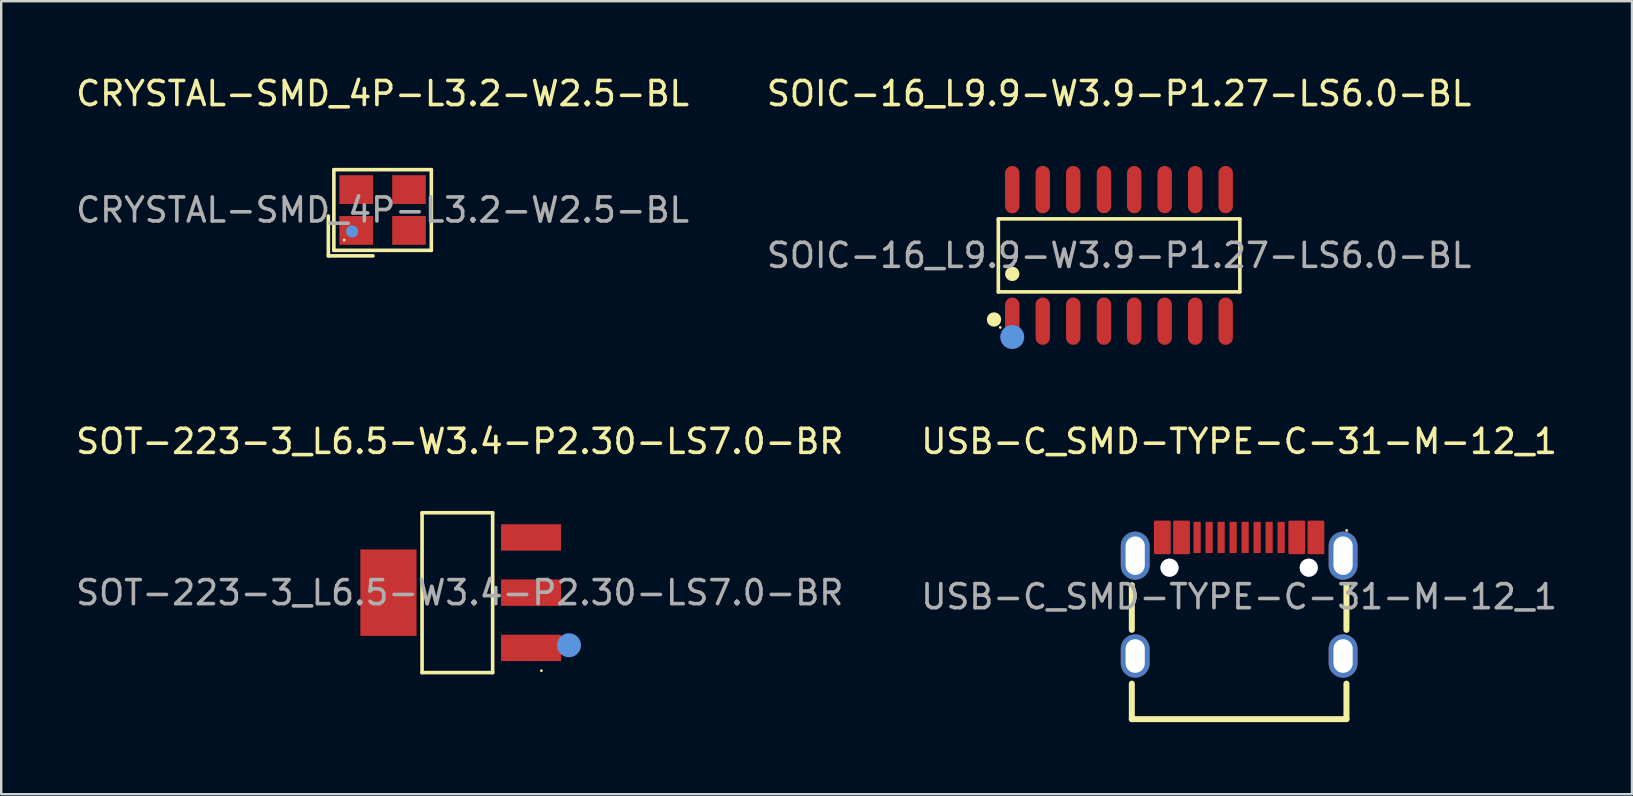
<source format=kicad_pcb>
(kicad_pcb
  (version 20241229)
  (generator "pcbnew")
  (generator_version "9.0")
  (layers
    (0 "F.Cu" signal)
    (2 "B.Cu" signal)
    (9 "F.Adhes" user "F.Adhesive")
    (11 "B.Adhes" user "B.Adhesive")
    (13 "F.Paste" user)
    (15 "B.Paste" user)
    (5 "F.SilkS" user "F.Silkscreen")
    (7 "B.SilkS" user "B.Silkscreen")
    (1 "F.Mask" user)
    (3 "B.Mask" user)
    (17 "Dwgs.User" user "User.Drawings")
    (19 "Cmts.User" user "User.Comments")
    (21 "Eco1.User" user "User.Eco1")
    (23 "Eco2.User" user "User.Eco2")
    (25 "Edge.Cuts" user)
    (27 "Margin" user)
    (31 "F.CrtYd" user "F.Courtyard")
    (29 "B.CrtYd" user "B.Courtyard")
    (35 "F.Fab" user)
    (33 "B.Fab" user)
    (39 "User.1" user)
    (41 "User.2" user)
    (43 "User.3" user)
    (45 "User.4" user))
  (footprint "USB-C_SMD-TYPE-C-31-M-12_1"
    (layer "F.Cu")
    (at 48.565 21.806)
    (property "Reference" "USB-C_SMD-TYPE-C-31-M-12_1" (at 0 -6.47 0) (layer "F.SilkS") (effects (font (size 1 1) (thickness 0.15))))
    (attr smd)
    (fp_line (start -4.47 1.38) (end -4.47 -0.48) (stroke (width 0.25) (type solid)) (layer "F.SilkS"))
    (fp_line (start -4.47 5.1) (end -4.47 3.62) (stroke (width 0.25) (type solid)) (layer "F.SilkS"))
    (fp_line (start 4.47 1.38) (end 4.47 -0.48) (stroke (width 0.25) (type solid)) (layer "F.SilkS"))
    (fp_line (start 4.47 5.1) (end -4.47 5.1) (stroke (width 0.25) (type solid)) (layer "F.SilkS"))
    (fp_line (start 4.47 5.1) (end 4.47 3.62) (stroke (width 0.25) (type solid)) (layer "F.SilkS"))
    (fp_circle (center 4.48 -2.76) (end 4.51 -2.76) (stroke (width 0.06) (type solid)) (fill no) (layer "F.SilkS"))
    (fp_circle (center -2.9 -1.21) (end -2.78 -1.21) (stroke (width 0.25) (type solid)) (fill no) (layer "Cmts.User"))
    (fp_circle (center 2.9 -1.21) (end 3.02 -1.21) (stroke (width 0.25) (type solid)) (fill no) (layer "Cmts.User"))
    (fp_text user "${REFERENCE}" (at 0 0 0) (layer "F.Fab") (effects (font (size 1 1) (thickness 0.15))))
    (pad "" thru_hole circle (at -2.9 -1.21) (size 0.75 0.75) (drill 0.75) (layers "*.Cu" "*.Mask"))
    (pad "" thru_hole circle (at 2.9 -1.21) (size 0.75 0.75) (drill 0.75) (layers "*.Cu" "*.Mask"))
    (pad "1" thru_hole oval (at 4.33 -1.71) (size 1.2 2) (drill oval 0.8 1.6) (layers "*.Cu" "*.Mask"))
    (pad "2" thru_hole oval (at 4.33 2.47) (size 1.2 1.8) (drill oval 0.8 1.4) (layers "*.Cu" "*.Mask"))
    (pad "3" thru_hole oval (at -4.33 2.47) (size 1.2 1.8) (drill oval 0.8 1.4) (layers "*.Cu" "*.Mask"))
    (pad "4" thru_hole oval (at -4.33 -1.71) (size 1.2 2) (drill oval 0.8 1.6) (layers "*.Cu" "*.Mask"))
    (pad "A1B12" smd custom (at -3.2 -2.47) (size 0.01 0.01) (layers "F.Cu" "F.Mask" "F.Paste") (options (anchor circle)) (primitives (gr_poly (pts (xy 0.3 0.65) (xy 0.3 -0.65) (xy 0 -0.65) (xy -0.3 -0.65) (xy -0.3 0.65) (xy 0 0.65) (xy 0.3 0.65)) (width 0.1) (fill yes))))
    (pad "A4B9" smd custom (at -2.4 -2.47) (size 0.01 0.01) (layers "F.Cu" "F.Mask" "F.Paste") (options (anchor circle)) (primitives (gr_poly (pts (xy 0.3 0.65) (xy 0.3 -0.65) (xy 0 -0.65) (xy -0.3 -0.65) (xy -0.3 0.65) (xy 0 0.65) (xy 0.3 0.65)) (width 0.1) (fill yes))))
    (pad "A5" smd rect (at -1.25 -2.47) (size 0.3 1.3) (layers "F.Cu" "F.Mask" "F.Paste"))
    (pad "A6" smd rect (at -0.25 -2.47) (size 0.3 1.3) (layers "F.Cu" "F.Mask" "F.Paste"))
    (pad "A7" smd rect (at 0.25 -2.47) (size 0.3 1.3) (layers "F.Cu" "F.Mask" "F.Paste"))
    (pad "A8" smd rect (at 1.25 -2.47) (size 0.3 1.3) (layers "F.Cu" "F.Mask" "F.Paste"))
    (pad "B1A12" smd custom (at 3.2 -2.47) (size 0.01 0.01) (layers "F.Cu" "F.Mask" "F.Paste") (options (anchor circle)) (primitives (gr_poly (pts (xy -0.3 -0.65) (xy -0.3 0.65) (xy -0.01 0.65) (xy 0 0.65) (xy 0.3 0.65) (xy 0.3 -0.65) (xy 0 -0.65) (xy -0.01 -0.65) (xy -0.3 -0.65)) (width 0.1) (fill yes))))
    (pad "B4A9" smd custom (at 2.4 -2.47) (size 0.01 0.01) (layers "F.Cu" "F.Mask" "F.Paste") (options (anchor circle)) (primitives (gr_poly (pts (xy 0.3 0.65) (xy 0.3 -0.65) (xy 0 -0.65) (xy -0.3 -0.65) (xy -0.3 0.65) (xy 0 0.65) (xy 0.3 0.65)) (width 0.1) (fill yes))))
    (pad "B5" smd rect (at 1.75 -2.47) (size 0.3 1.3) (layers "F.Cu" "F.Mask" "F.Paste"))
    (pad "B6" smd rect (at 0.75 -2.47) (size 0.3 1.3) (layers "F.Cu" "F.Mask" "F.Paste"))
    (pad "B7" smd rect (at -0.75 -2.47) (size 0.3 1.3) (layers "F.Cu" "F.Mask" "F.Paste"))
    (pad "B8" smd rect (at -1.75 -2.47) (size 0.3 1.3) (layers "F.Cu" "F.Mask" "F.Paste")))
  (footprint "CRYSTAL-SMD_4P-L3.2-W2.5-BL"
    (layer "F.Cu")
    (at 12.887 5.698)
    (property "Reference" "CRYSTAL-SMD_4P-L3.2-W2.5-BL" (at 0 -4.85 0) (layer "F.SilkS") (effects (font (size 1 1) (thickness 0.15))))
    (attr smd)
    (fp_line (start -2.26 0.25) (end -2.26 1.91) (stroke (width 0.15) (type solid)) (layer "F.SilkS"))
    (fp_line (start -2.26 1.91) (end -0.4 1.91) (stroke (width 0.15) (type solid)) (layer "F.SilkS"))
    (fp_line (start -2.03 -1.68) (end 2.03 -1.68) (stroke (width 0.15) (type solid)) (layer "F.SilkS"))
    (fp_line (start -2.03 1.68) (end -2.03 -1.68) (stroke (width 0.15) (type solid)) (layer "F.SilkS"))
    (fp_line (start 2.03 -1.68) (end 2.03 1.68) (stroke (width 0.15) (type solid)) (layer "F.SilkS"))
    (fp_line (start 2.03 1.68) (end -2.03 1.68) (stroke (width 0.15) (type solid)) (layer "F.SilkS"))
    (fp_circle (center -1.6 1.25) (end -1.57 1.25) (stroke (width 0.06) (type solid)) (fill no) (layer "F.SilkS"))
    (fp_circle (center -1.27 0.89) (end -1.14 0.89) (stroke (width 0.25) (type solid)) (fill no) (layer "Cmts.User"))
    (fp_text user "${REFERENCE}" (at 0 0 0) (layer "F.Fab") (effects (font (size 1 1) (thickness 0.15))))
    (pad "1" smd rect (at -1.1 0.85) (size 1.4 1.2) (layers "F.Cu" "F.Mask" "F.Paste"))
    (pad "2" smd rect (at 1.1 0.85) (size 1.4 1.2) (layers "F.Cu" "F.Mask" "F.Paste"))
    (pad "3" smd rect (at 1.1 -0.85) (size 1.4 1.2) (layers "F.Cu" "F.Mask" "F.Paste"))
    (pad "4" smd rect (at -1.1 -0.85) (size 1.4 1.2) (layers "F.Cu" "F.Mask" "F.Paste")))
  (footprint "SOIC-16_L9.9-W3.9-P1.27-LS6.0-BL"
    (layer "F.Cu")
    (at 43.565 7.588)
    (property "Reference" "SOIC-16_L9.9-W3.9-P1.27-LS6.0-BL" (at 0 -6.74 0) (layer "F.SilkS") (effects (font (size 1 1) (thickness 0.15))))
    (attr smd)
    (fp_line (start -5.03 -1.52) (end 5.03 -1.52) (stroke (width 0.15) (type solid)) (layer "F.SilkS"))
    (fp_line (start -5.03 1.52) (end -5.03 -1.52) (stroke (width 0.15) (type solid)) (layer "F.SilkS"))
    (fp_line (start 5.03 -1.52) (end 5.03 1.52) (stroke (width 0.15) (type solid)) (layer "F.SilkS"))
    (fp_line (start 5.03 1.52) (end -5.03 1.52) (stroke (width 0.15) (type solid)) (layer "F.SilkS"))
    (fp_circle (center -5.21 2.67) (end -5.06 2.67) (stroke (width 0.3) (type solid)) (fill no) (layer "F.SilkS"))
    (fp_circle (center -4.95 3) (end -4.92 3) (stroke (width 0.06) (type solid)) (fill no) (layer "F.SilkS"))
    (fp_circle (center -4.45 0.77) (end -4.3 0.77) (stroke (width 0.3) (type solid)) (fill no) (layer "F.SilkS"))
    (fp_circle (center -4.45 3.4) (end -4.2 3.4) (stroke (width 0.5) (type solid)) (fill no) (layer "Cmts.User"))
    (fp_text user "${REFERENCE}" (at 0 0 0) (layer "F.Fab") (effects (font (size 1 1) (thickness 0.15))))
    (pad "1" smd oval (at -4.45 2.74) (size 0.6 1.97) (layers "F.Cu" "F.Mask" "F.Paste"))
    (pad "2" smd oval (at -3.18 2.74) (size 0.6 1.97) (layers "F.Cu" "F.Mask" "F.Paste"))
    (pad "3" smd oval (at -1.91 2.74) (size 0.6 1.97) (layers "F.Cu" "F.Mask" "F.Paste"))
    (pad "4" smd oval (at -0.63 2.74) (size 0.6 1.97) (layers "F.Cu" "F.Mask" "F.Paste"))
    (pad "5" smd oval (at 0.63 2.74) (size 0.6 1.97) (layers "F.Cu" "F.Mask" "F.Paste"))
    (pad "6" smd oval (at 1.9 2.74) (size 0.6 1.97) (layers "F.Cu" "F.Mask" "F.Paste"))
    (pad "7" smd oval (at 3.17 2.74) (size 0.6 1.97) (layers "F.Cu" "F.Mask" "F.Paste"))
    (pad "8" smd oval (at 4.44 2.74) (size 0.6 1.97) (layers "F.Cu" "F.Mask" "F.Paste"))
    (pad "9" smd oval (at 4.44 -2.74) (size 0.6 1.97) (layers "F.Cu" "F.Mask" "F.Paste"))
    (pad "10" smd oval (at 3.17 -2.74) (size 0.6 1.97) (layers "F.Cu" "F.Mask" "F.Paste"))
    (pad "11" smd oval (at 1.9 -2.74) (size 0.6 1.97) (layers "F.Cu" "F.Mask" "F.Paste"))
    (pad "12" smd oval (at 0.63 -2.74) (size 0.6 1.97) (layers "F.Cu" "F.Mask" "F.Paste"))
    (pad "13" smd oval (at -0.63 -2.74) (size 0.6 1.97) (layers "F.Cu" "F.Mask" "F.Paste"))
    (pad "14" smd oval (at -1.91 -2.74) (size 0.6 1.97) (layers "F.Cu" "F.Mask" "F.Paste"))
    (pad "15" smd oval (at -3.18 -2.74) (size 0.6 1.97) (layers "F.Cu" "F.Mask" "F.Paste"))
    (pad "16" smd oval (at -4.45 -2.74) (size 0.6 1.97) (layers "F.Cu" "F.Mask" "F.Paste")))
  (footprint "SOT-223-3_L6.5-W3.4-P2.30-LS7.0-BR"
    (layer "F.Cu")
    (at 16.101 21.637)
    (property "Reference" "SOT-223-3_L6.5-W3.4-P2.30-LS7.0-BR" (at 0 -6.3 0) (layer "F.SilkS") (effects (font (size 1 1) (thickness 0.15))))
    (attr smd)
    (fp_line (start -1.57 -3.33) (end 1.37 -3.33) (stroke (width 0.15) (type solid)) (layer "F.SilkS"))
    (fp_line (start -1.57 3.33) (end -1.57 -3.33) (stroke (width 0.15) (type solid)) (layer "F.SilkS"))
    (fp_line (start 1.37 -3.33) (end 1.37 3.33) (stroke (width 0.15) (type solid)) (layer "F.SilkS"))
    (fp_line (start 1.37 3.33) (end -1.57 3.33) (stroke (width 0.15) (type solid)) (layer "F.SilkS"))
    (fp_circle (center 3.4 3.25) (end 3.43 3.25) (stroke (width 0.06) (type solid)) (fill no) (layer "F.SilkS"))
    (fp_circle (center 4.55 2.19) (end 4.8 2.19) (stroke (width 0.5) (type solid)) (fill no) (layer "Cmts.User"))
    (fp_text user "${REFERENCE}" (at 0 0 0) (layer "F.Fab") (effects (font (size 1 1) (thickness 0.15))))
    (pad "1" smd rect (at 2.97 2.3) (size 2.5 1.1) (layers "F.Cu" "F.Mask" "F.Paste"))
    (pad "2" smd rect (at 2.97 0) (size 2.5 1.1) (layers "F.Cu" "F.Mask" "F.Paste"))
    (pad "3" smd rect (at 2.97 -2.3) (size 2.5 1.1) (layers "F.Cu" "F.Mask" "F.Paste"))
    (pad "4" smd rect (at -2.97 0) (size 2.34 3.6) (layers "F.Cu" "F.Mask" "F.Paste")))
  (gr_rect
    (start -3 -3)
    (end 64.929 30.032)
    (stroke (width 0.1) (type default))
    (fill no)
    (layer "Edge.Cuts")))
</source>
